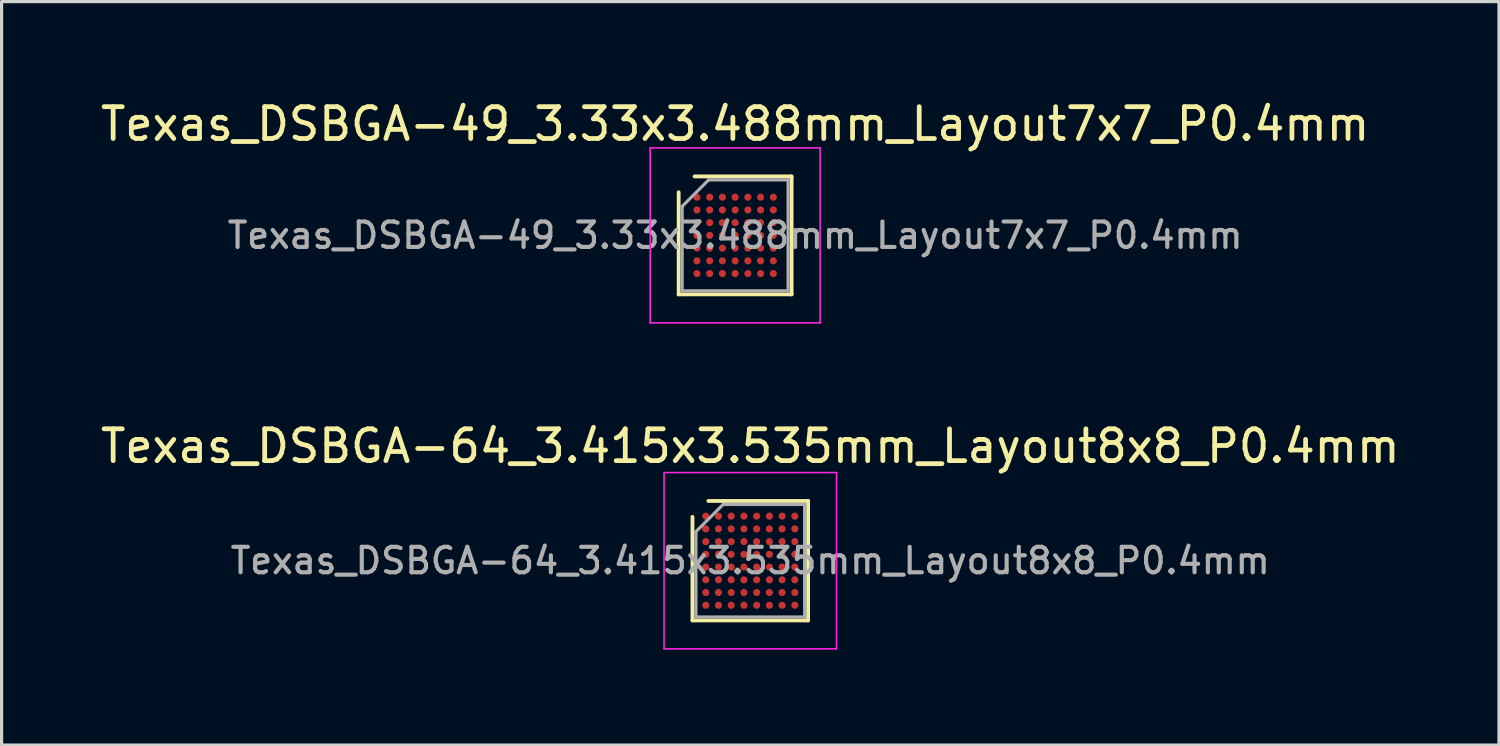
<source format=kicad_pcb>
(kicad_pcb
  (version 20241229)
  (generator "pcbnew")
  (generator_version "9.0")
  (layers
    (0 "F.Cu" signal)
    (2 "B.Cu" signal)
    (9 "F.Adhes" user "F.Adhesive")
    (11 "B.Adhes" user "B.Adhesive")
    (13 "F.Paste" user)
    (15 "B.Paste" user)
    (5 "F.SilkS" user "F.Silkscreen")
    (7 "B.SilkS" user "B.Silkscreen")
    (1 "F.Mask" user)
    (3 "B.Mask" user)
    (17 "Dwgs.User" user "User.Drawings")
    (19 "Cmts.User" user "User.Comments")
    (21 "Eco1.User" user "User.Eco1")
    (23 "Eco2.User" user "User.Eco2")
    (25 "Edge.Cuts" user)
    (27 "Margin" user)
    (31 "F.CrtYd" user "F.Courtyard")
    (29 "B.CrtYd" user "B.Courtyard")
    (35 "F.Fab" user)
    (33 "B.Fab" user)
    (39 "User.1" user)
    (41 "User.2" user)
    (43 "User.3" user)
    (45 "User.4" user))
  (footprint "Texas_DSBGA-49_3.33x3.488mm_Layout7x7_P0.4mm"
    (layer "F.Cu")
    (at 20.054 4.348)
    (property "Reference" "Texas_DSBGA-49_3.33x3.488mm_Layout7x7_P0.4mm" (at 0 -3.5 0) (layer "F.SilkS") (effects (font (size 1 1) (thickness 0.15))))
    (attr smd)
    (fp_line (start -1.775 1.854) (end -1.775 -1.354) (stroke (width 0.12) (type solid)) (layer "F.SilkS"))
    (fp_line (start 1.775 -1.854) (end -1.275 -1.854) (stroke (width 0.12) (type solid)) (layer "F.SilkS"))
    (fp_line (start 1.775 1.854) (end -1.775 1.854) (stroke (width 0.12) (type solid)) (layer "F.SilkS"))
    (fp_line (start 1.775 1.854) (end 1.775 -1.854) (stroke (width 0.12) (type solid)) (layer "F.SilkS"))
    (fp_line (start -2.67 -2.75) (end 2.67 -2.75) (stroke (width 0.05) (type solid)) (layer "F.CrtYd"))
    (fp_line (start -2.67 2.75) (end -2.67 -2.75) (stroke (width 0.05) (type solid)) (layer "F.CrtYd"))
    (fp_line (start -2.67 2.75) (end 2.67 2.75) (stroke (width 0.05) (type solid)) (layer "F.CrtYd"))
    (fp_line (start 2.67 2.75) (end 2.67 -2.75) (stroke (width 0.05) (type solid)) (layer "F.CrtYd"))
    (fp_line (start -1.665 -0.911) (end -1.665 1.744) (stroke (width 0.1) (type solid)) (layer "F.Fab"))
    (fp_line (start -1.665 -0.911) (end -0.833 -1.744) (stroke (width 0.1) (type solid)) (layer "F.Fab"))
    (fp_line (start 1.665 -1.744) (end -0.833 -1.744) (stroke (width 0.1) (type solid)) (layer "F.Fab"))
    (fp_line (start 1.665 -1.744) (end 1.665 1.744) (stroke (width 0.1) (type solid)) (layer "F.Fab"))
    (fp_line (start 1.665 1.744) (end -1.665 1.744) (stroke (width 0.1) (type solid)) (layer "F.Fab"))
    (fp_text user "${REFERENCE}" (at 0 0 0) (layer "F.Fab") (effects (font (size 0.8 0.8) (thickness 0.13))))
    (pad "A1" smd circle (at -1.2 -1.2) (size 0.225 0.225) (layers "F.Cu" "F.Mask" "F.Paste"))
    (pad "A2" smd circle (at -0.8 -1.2) (size 0.225 0.225) (layers "F.Cu" "F.Mask" "F.Paste"))
    (pad "A3" smd circle (at -0.4 -1.2) (size 0.225 0.225) (layers "F.Cu" "F.Mask" "F.Paste"))
    (pad "A4" smd circle (at 0 -1.2) (size 0.225 0.225) (layers "F.Cu" "F.Mask" "F.Paste"))
    (pad "A5" smd circle (at 0.4 -1.2) (size 0.225 0.225) (layers "F.Cu" "F.Mask" "F.Paste"))
    (pad "A6" smd circle (at 0.8 -1.2) (size 0.225 0.225) (layers "F.Cu" "F.Mask" "F.Paste"))
    (pad "A7" smd circle (at 1.2 -1.2) (size 0.225 0.225) (layers "F.Cu" "F.Mask" "F.Paste"))
    (pad "B1" smd circle (at -1.2 -0.8) (size 0.225 0.225) (layers "F.Cu" "F.Mask" "F.Paste"))
    (pad "B2" smd circle (at -0.8 -0.8) (size 0.225 0.225) (layers "F.Cu" "F.Mask" "F.Paste"))
    (pad "B3" smd circle (at -0.4 -0.8) (size 0.225 0.225) (layers "F.Cu" "F.Mask" "F.Paste"))
    (pad "B4" smd circle (at 0 -0.8) (size 0.225 0.225) (layers "F.Cu" "F.Mask" "F.Paste"))
    (pad "B5" smd circle (at 0.4 -0.8) (size 0.225 0.225) (layers "F.Cu" "F.Mask" "F.Paste"))
    (pad "B6" smd circle (at 0.8 -0.8) (size 0.225 0.225) (layers "F.Cu" "F.Mask" "F.Paste"))
    (pad "B7" smd circle (at 1.2 -0.8) (size 0.225 0.225) (layers "F.Cu" "F.Mask" "F.Paste"))
    (pad "C1" smd circle (at -1.2 -0.4) (size 0.225 0.225) (layers "F.Cu" "F.Mask" "F.Paste"))
    (pad "C2" smd circle (at -0.8 -0.4) (size 0.225 0.225) (layers "F.Cu" "F.Mask" "F.Paste"))
    (pad "C3" smd circle (at -0.4 -0.4) (size 0.225 0.225) (layers "F.Cu" "F.Mask" "F.Paste"))
    (pad "C4" smd circle (at 0 -0.4) (size 0.225 0.225) (layers "F.Cu" "F.Mask" "F.Paste"))
    (pad "C5" smd circle (at 0.4 -0.4) (size 0.225 0.225) (layers "F.Cu" "F.Mask" "F.Paste"))
    (pad "C6" smd circle (at 0.8 -0.4) (size 0.225 0.225) (layers "F.Cu" "F.Mask" "F.Paste"))
    (pad "C7" smd circle (at 1.2 -0.4) (size 0.225 0.225) (layers "F.Cu" "F.Mask" "F.Paste"))
    (pad "D1" smd circle (at -1.2 0) (size 0.225 0.225) (layers "F.Cu" "F.Mask" "F.Paste"))
    (pad "D2" smd circle (at -0.8 0) (size 0.225 0.225) (layers "F.Cu" "F.Mask" "F.Paste"))
    (pad "D3" smd circle (at -0.4 0) (size 0.225 0.225) (layers "F.Cu" "F.Mask" "F.Paste"))
    (pad "D4" smd circle (at 0 0) (size 0.225 0.225) (layers "F.Cu" "F.Mask" "F.Paste"))
    (pad "D5" smd circle (at 0.4 0) (size 0.225 0.225) (layers "F.Cu" "F.Mask" "F.Paste"))
    (pad "D6" smd circle (at 0.8 0) (size 0.225 0.225) (layers "F.Cu" "F.Mask" "F.Paste"))
    (pad "D7" smd circle (at 1.2 0) (size 0.225 0.225) (layers "F.Cu" "F.Mask" "F.Paste"))
    (pad "E1" smd circle (at -1.2 0.4) (size 0.225 0.225) (layers "F.Cu" "F.Mask" "F.Paste"))
    (pad "E2" smd circle (at -0.8 0.4) (size 0.225 0.225) (layers "F.Cu" "F.Mask" "F.Paste"))
    (pad "E3" smd circle (at -0.4 0.4) (size 0.225 0.225) (layers "F.Cu" "F.Mask" "F.Paste"))
    (pad "E4" smd circle (at 0 0.4) (size 0.225 0.225) (layers "F.Cu" "F.Mask" "F.Paste"))
    (pad "E5" smd circle (at 0.4 0.4) (size 0.225 0.225) (layers "F.Cu" "F.Mask" "F.Paste"))
    (pad "E6" smd circle (at 0.8 0.4) (size 0.225 0.225) (layers "F.Cu" "F.Mask" "F.Paste"))
    (pad "E7" smd circle (at 1.2 0.4) (size 0.225 0.225) (layers "F.Cu" "F.Mask" "F.Paste"))
    (pad "F1" smd circle (at -1.2 0.8) (size 0.225 0.225) (layers "F.Cu" "F.Mask" "F.Paste"))
    (pad "F2" smd circle (at -0.8 0.8) (size 0.225 0.225) (layers "F.Cu" "F.Mask" "F.Paste"))
    (pad "F3" smd circle (at -0.4 0.8) (size 0.225 0.225) (layers "F.Cu" "F.Mask" "F.Paste"))
    (pad "F4" smd circle (at 0 0.8) (size 0.225 0.225) (layers "F.Cu" "F.Mask" "F.Paste"))
    (pad "F5" smd circle (at 0.4 0.8) (size 0.225 0.225) (layers "F.Cu" "F.Mask" "F.Paste"))
    (pad "F6" smd circle (at 0.8 0.8) (size 0.225 0.225) (layers "F.Cu" "F.Mask" "F.Paste"))
    (pad "F7" smd circle (at 1.2 0.8) (size 0.225 0.225) (layers "F.Cu" "F.Mask" "F.Paste"))
    (pad "G1" smd circle (at -1.2 1.2) (size 0.225 0.225) (layers "F.Cu" "F.Mask" "F.Paste"))
    (pad "G2" smd circle (at -0.8 1.2) (size 0.225 0.225) (layers "F.Cu" "F.Mask" "F.Paste"))
    (pad "G3" smd circle (at -0.4 1.2) (size 0.225 0.225) (layers "F.Cu" "F.Mask" "F.Paste"))
    (pad "G4" smd circle (at 0 1.2) (size 0.225 0.225) (layers "F.Cu" "F.Mask" "F.Paste"))
    (pad "G5" smd circle (at 0.4 1.2) (size 0.225 0.225) (layers "F.Cu" "F.Mask" "F.Paste"))
    (pad "G6" smd circle (at 0.8 1.2) (size 0.225 0.225) (layers "F.Cu" "F.Mask" "F.Paste"))
    (pad "G7" smd circle (at 1.2 1.2) (size 0.225 0.225) (layers "F.Cu" "F.Mask" "F.Paste")))
  (footprint "Texas_DSBGA-64_3.415x3.535mm_Layout8x8_P0.4mm"
    (layer "F.Cu")
    (at 20.53 14.572)
    (property "Reference" "Texas_DSBGA-64_3.415x3.535mm_Layout8x8_P0.4mm" (at 0 -3.6 0) (layer "F.SilkS") (effects (font (size 1 1) (thickness 0.15))))
    (attr smd)
    (fp_line (start -1.817 1.877) (end -1.817 -1.377) (stroke (width 0.12) (type solid)) (layer "F.SilkS"))
    (fp_line (start 1.817 -1.877) (end -1.317 -1.877) (stroke (width 0.12) (type solid)) (layer "F.SilkS"))
    (fp_line (start 1.817 1.877) (end -1.817 1.877) (stroke (width 0.12) (type solid)) (layer "F.SilkS"))
    (fp_line (start 1.817 1.877) (end 1.817 -1.877) (stroke (width 0.12) (type solid)) (layer "F.SilkS"))
    (fp_line (start -2.71 -2.77) (end 2.71 -2.77) (stroke (width 0.05) (type solid)) (layer "F.CrtYd"))
    (fp_line (start -2.71 2.77) (end -2.71 -2.77) (stroke (width 0.05) (type solid)) (layer "F.CrtYd"))
    (fp_line (start -2.71 2.77) (end 2.71 2.77) (stroke (width 0.05) (type solid)) (layer "F.CrtYd"))
    (fp_line (start 2.71 2.77) (end 2.71 -2.77) (stroke (width 0.05) (type solid)) (layer "F.CrtYd"))
    (fp_line (start -1.708 -0.914) (end -1.708 1.768) (stroke (width 0.1) (type solid)) (layer "F.Fab"))
    (fp_line (start -1.708 -0.914) (end -0.854 -1.768) (stroke (width 0.1) (type solid)) (layer "F.Fab"))
    (fp_line (start 1.708 -1.768) (end -0.854 -1.768) (stroke (width 0.1) (type solid)) (layer "F.Fab"))
    (fp_line (start 1.708 -1.768) (end 1.708 1.768) (stroke (width 0.1) (type solid)) (layer "F.Fab"))
    (fp_line (start 1.708 1.768) (end -1.708 1.768) (stroke (width 0.1) (type solid)) (layer "F.Fab"))
    (fp_text user "${REFERENCE}" (at 0 0 0) (layer "F.Fab") (effects (font (size 0.8 0.8) (thickness 0.13))))
    (pad "A1" smd circle (at -1.4 -1.4) (size 0.225 0.225) (layers "F.Cu" "F.Mask" "F.Paste"))
    (pad "A2" smd circle (at -1 -1.4) (size 0.225 0.225) (layers "F.Cu" "F.Mask" "F.Paste"))
    (pad "A3" smd circle (at -0.6 -1.4) (size 0.225 0.225) (layers "F.Cu" "F.Mask" "F.Paste"))
    (pad "A4" smd circle (at -0.2 -1.4) (size 0.225 0.225) (layers "F.Cu" "F.Mask" "F.Paste"))
    (pad "A5" smd circle (at 0.2 -1.4) (size 0.225 0.225) (layers "F.Cu" "F.Mask" "F.Paste"))
    (pad "A6" smd circle (at 0.6 -1.4) (size 0.225 0.225) (layers "F.Cu" "F.Mask" "F.Paste"))
    (pad "A7" smd circle (at 1 -1.4) (size 0.225 0.225) (layers "F.Cu" "F.Mask" "F.Paste"))
    (pad "A8" smd circle (at 1.4 -1.4) (size 0.225 0.225) (layers "F.Cu" "F.Mask" "F.Paste"))
    (pad "B1" smd circle (at -1.4 -1) (size 0.225 0.225) (layers "F.Cu" "F.Mask" "F.Paste"))
    (pad "B2" smd circle (at -1 -1) (size 0.225 0.225) (layers "F.Cu" "F.Mask" "F.Paste"))
    (pad "B3" smd circle (at -0.6 -1) (size 0.225 0.225) (layers "F.Cu" "F.Mask" "F.Paste"))
    (pad "B4" smd circle (at -0.2 -1) (size 0.225 0.225) (layers "F.Cu" "F.Mask" "F.Paste"))
    (pad "B5" smd circle (at 0.2 -1) (size 0.225 0.225) (layers "F.Cu" "F.Mask" "F.Paste"))
    (pad "B6" smd circle (at 0.6 -1) (size 0.225 0.225) (layers "F.Cu" "F.Mask" "F.Paste"))
    (pad "B7" smd circle (at 1 -1) (size 0.225 0.225) (layers "F.Cu" "F.Mask" "F.Paste"))
    (pad "B8" smd circle (at 1.4 -1) (size 0.225 0.225) (layers "F.Cu" "F.Mask" "F.Paste"))
    (pad "C1" smd circle (at -1.4 -0.6) (size 0.225 0.225) (layers "F.Cu" "F.Mask" "F.Paste"))
    (pad "C2" smd circle (at -1 -0.6) (size 0.225 0.225) (layers "F.Cu" "F.Mask" "F.Paste"))
    (pad "C3" smd circle (at -0.6 -0.6) (size 0.225 0.225) (layers "F.Cu" "F.Mask" "F.Paste"))
    (pad "C4" smd circle (at -0.2 -0.6) (size 0.225 0.225) (layers "F.Cu" "F.Mask" "F.Paste"))
    (pad "C5" smd circle (at 0.2 -0.6) (size 0.225 0.225) (layers "F.Cu" "F.Mask" "F.Paste"))
    (pad "C6" smd circle (at 0.6 -0.6) (size 0.225 0.225) (layers "F.Cu" "F.Mask" "F.Paste"))
    (pad "C7" smd circle (at 1 -0.6) (size 0.225 0.225) (layers "F.Cu" "F.Mask" "F.Paste"))
    (pad "C8" smd circle (at 1.4 -0.6) (size 0.225 0.225) (layers "F.Cu" "F.Mask" "F.Paste"))
    (pad "D1" smd circle (at -1.4 -0.2) (size 0.225 0.225) (layers "F.Cu" "F.Mask" "F.Paste"))
    (pad "D2" smd circle (at -1 -0.2) (size 0.225 0.225) (layers "F.Cu" "F.Mask" "F.Paste"))
    (pad "D3" smd circle (at -0.6 -0.2) (size 0.225 0.225) (layers "F.Cu" "F.Mask" "F.Paste"))
    (pad "D4" smd circle (at -0.2 -0.2) (size 0.225 0.225) (layers "F.Cu" "F.Mask" "F.Paste"))
    (pad "D5" smd circle (at 0.2 -0.2) (size 0.225 0.225) (layers "F.Cu" "F.Mask" "F.Paste"))
    (pad "D6" smd circle (at 0.6 -0.2) (size 0.225 0.225) (layers "F.Cu" "F.Mask" "F.Paste"))
    (pad "D7" smd circle (at 1 -0.2) (size 0.225 0.225) (layers "F.Cu" "F.Mask" "F.Paste"))
    (pad "D8" smd circle (at 1.4 -0.2) (size 0.225 0.225) (layers "F.Cu" "F.Mask" "F.Paste"))
    (pad "E1" smd circle (at -1.4 0.2) (size 0.225 0.225) (layers "F.Cu" "F.Mask" "F.Paste"))
    (pad "E2" smd circle (at -1 0.2) (size 0.225 0.225) (layers "F.Cu" "F.Mask" "F.Paste"))
    (pad "E3" smd circle (at -0.6 0.2) (size 0.225 0.225) (layers "F.Cu" "F.Mask" "F.Paste"))
    (pad "E4" smd circle (at -0.2 0.2) (size 0.225 0.225) (layers "F.Cu" "F.Mask" "F.Paste"))
    (pad "E5" smd circle (at 0.2 0.2) (size 0.225 0.225) (layers "F.Cu" "F.Mask" "F.Paste"))
    (pad "E6" smd circle (at 0.6 0.2) (size 0.225 0.225) (layers "F.Cu" "F.Mask" "F.Paste"))
    (pad "E7" smd circle (at 1 0.2) (size 0.225 0.225) (layers "F.Cu" "F.Mask" "F.Paste"))
    (pad "E8" smd circle (at 1.4 0.2) (size 0.225 0.225) (layers "F.Cu" "F.Mask" "F.Paste"))
    (pad "F1" smd circle (at -1.4 0.6) (size 0.225 0.225) (layers "F.Cu" "F.Mask" "F.Paste"))
    (pad "F2" smd circle (at -1 0.6) (size 0.225 0.225) (layers "F.Cu" "F.Mask" "F.Paste"))
    (pad "F3" smd circle (at -0.6 0.6) (size 0.225 0.225) (layers "F.Cu" "F.Mask" "F.Paste"))
    (pad "F4" smd circle (at -0.2 0.6) (size 0.225 0.225) (layers "F.Cu" "F.Mask" "F.Paste"))
    (pad "F5" smd circle (at 0.2 0.6) (size 0.225 0.225) (layers "F.Cu" "F.Mask" "F.Paste"))
    (pad "F6" smd circle (at 0.6 0.6) (size 0.225 0.225) (layers "F.Cu" "F.Mask" "F.Paste"))
    (pad "F7" smd circle (at 1 0.6) (size 0.225 0.225) (layers "F.Cu" "F.Mask" "F.Paste"))
    (pad "F8" smd circle (at 1.4 0.6) (size 0.225 0.225) (layers "F.Cu" "F.Mask" "F.Paste"))
    (pad "G1" smd circle (at -1.4 1) (size 0.225 0.225) (layers "F.Cu" "F.Mask" "F.Paste"))
    (pad "G2" smd circle (at -1 1) (size 0.225 0.225) (layers "F.Cu" "F.Mask" "F.Paste"))
    (pad "G3" smd circle (at -0.6 1) (size 0.225 0.225) (layers "F.Cu" "F.Mask" "F.Paste"))
    (pad "G4" smd circle (at -0.2 1) (size 0.225 0.225) (layers "F.Cu" "F.Mask" "F.Paste"))
    (pad "G5" smd circle (at 0.2 1) (size 0.225 0.225) (layers "F.Cu" "F.Mask" "F.Paste"))
    (pad "G6" smd circle (at 0.6 1) (size 0.225 0.225) (layers "F.Cu" "F.Mask" "F.Paste"))
    (pad "G7" smd circle (at 1 1) (size 0.225 0.225) (layers "F.Cu" "F.Mask" "F.Paste"))
    (pad "G8" smd circle (at 1.4 1) (size 0.225 0.225) (layers "F.Cu" "F.Mask" "F.Paste"))
    (pad "H1" smd circle (at -1.4 1.4) (size 0.225 0.225) (layers "F.Cu" "F.Mask" "F.Paste"))
    (pad "H2" smd circle (at -1 1.4) (size 0.225 0.225) (layers "F.Cu" "F.Mask" "F.Paste"))
    (pad "H3" smd circle (at -0.6 1.4) (size 0.225 0.225) (layers "F.Cu" "F.Mask" "F.Paste"))
    (pad "H4" smd circle (at -0.2 1.4) (size 0.225 0.225) (layers "F.Cu" "F.Mask" "F.Paste"))
    (pad "H5" smd circle (at 0.2 1.4) (size 0.225 0.225) (layers "F.Cu" "F.Mask" "F.Paste"))
    (pad "H6" smd circle (at 0.6 1.4) (size 0.225 0.225) (layers "F.Cu" "F.Mask" "F.Paste"))
    (pad "H7" smd circle (at 1 1.4) (size 0.225 0.225) (layers "F.Cu" "F.Mask" "F.Paste"))
    (pad "H8" smd circle (at 1.4 1.4) (size 0.225 0.225) (layers "F.Cu" "F.Mask" "F.Paste")))
  (gr_rect
    (start -3 -3)
    (end 44.06 20.366)
    (stroke (width 0.1) (type default))
    (fill no)
    (layer "Edge.Cuts")))
</source>
